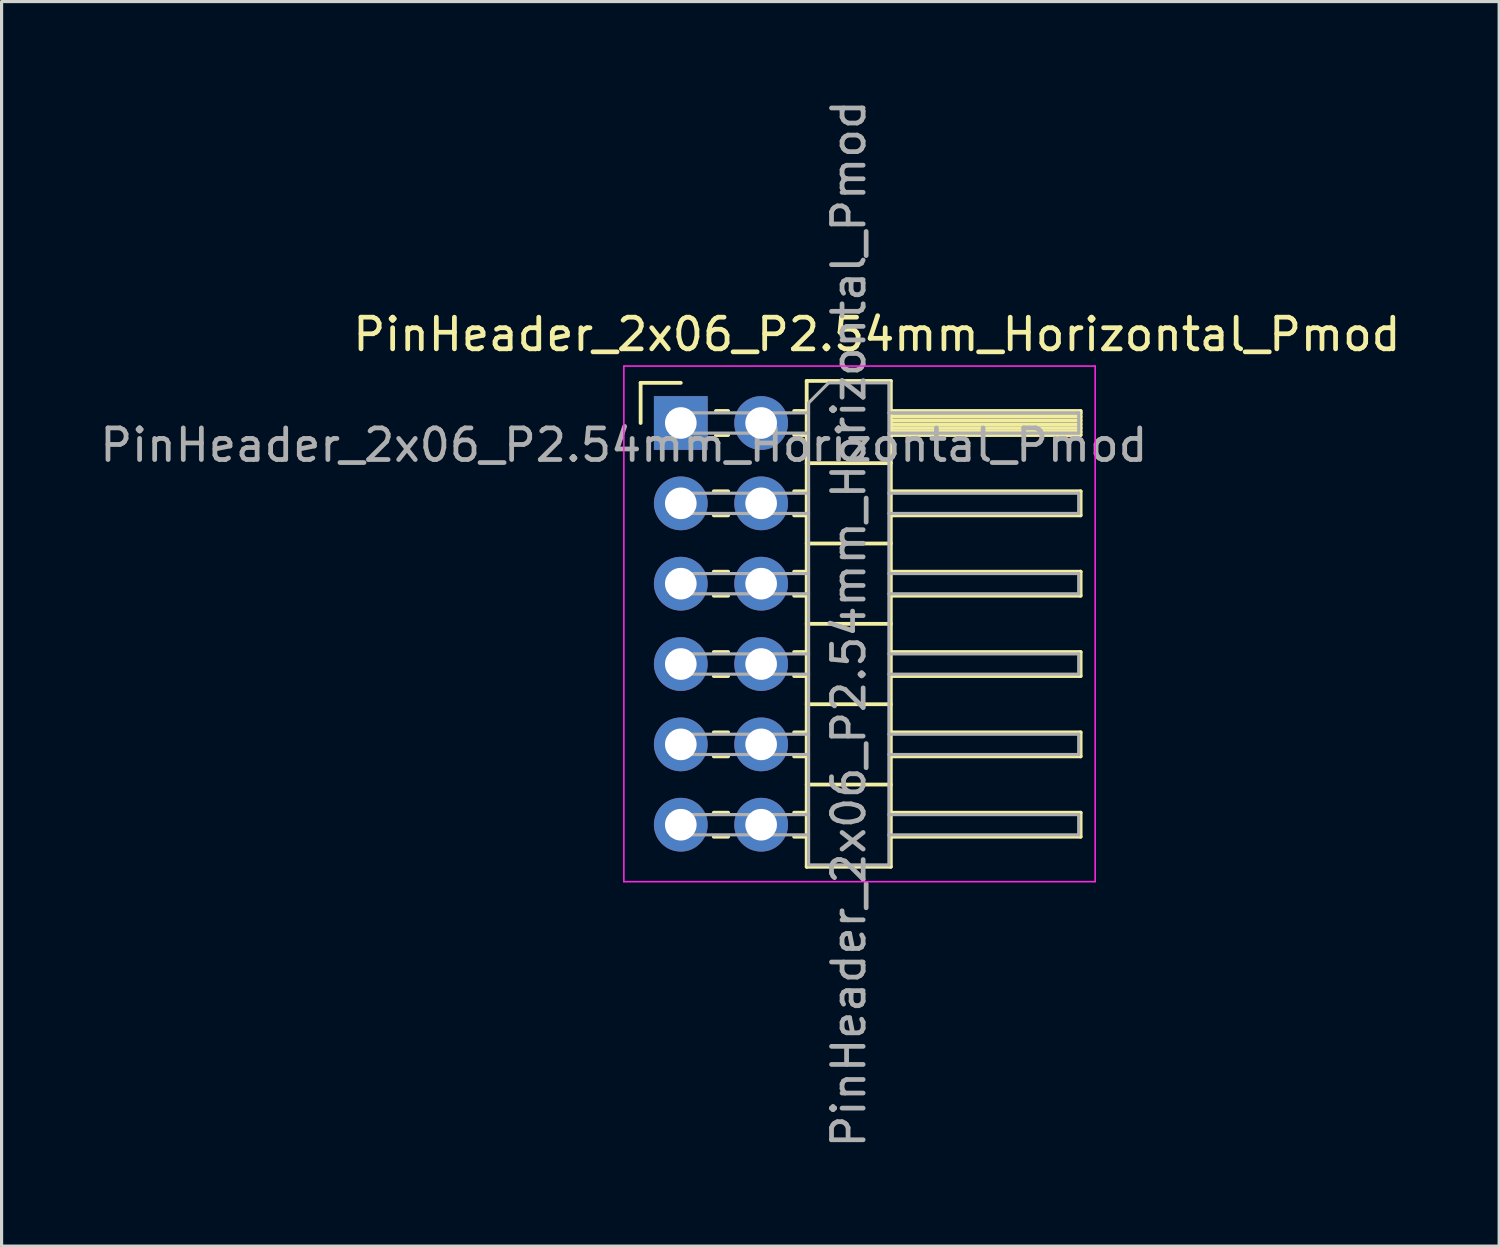
<source format=kicad_pcb>
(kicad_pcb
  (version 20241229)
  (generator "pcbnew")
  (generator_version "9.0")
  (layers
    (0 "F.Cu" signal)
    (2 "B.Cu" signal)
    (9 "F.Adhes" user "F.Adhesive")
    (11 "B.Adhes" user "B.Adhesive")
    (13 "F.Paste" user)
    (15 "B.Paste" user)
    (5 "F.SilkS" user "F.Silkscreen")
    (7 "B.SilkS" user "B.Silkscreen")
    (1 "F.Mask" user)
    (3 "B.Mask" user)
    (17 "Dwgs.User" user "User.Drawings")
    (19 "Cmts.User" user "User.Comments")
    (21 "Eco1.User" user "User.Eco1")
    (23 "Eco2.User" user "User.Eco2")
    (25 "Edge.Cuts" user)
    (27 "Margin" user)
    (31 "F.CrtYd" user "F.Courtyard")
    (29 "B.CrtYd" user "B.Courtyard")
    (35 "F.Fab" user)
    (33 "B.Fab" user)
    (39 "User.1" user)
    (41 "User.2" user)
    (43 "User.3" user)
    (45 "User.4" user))
  (footprint "PinHeader_2x06_P2.54mm_Horizontal_Pmod"
    (layer "F.Cu")
    (at 16.673 8.523)
    (property "Reference" "PinHeader_2x06_P2.54mm_Horizontal_Pmod" (at 8 -1 0) (unlocked yes) (layer "F.SilkS") (effects (font (size 1 1) (thickness 0.15))))
    (attr smd)
    (fp_line (start 0.53 0.53) (end 1.8 0.53) (stroke (width 0.12) (type solid)) (layer "F.SilkS"))
    (fp_line (start 0.53 1.8) (end 0.53 0.53) (stroke (width 0.12) (type solid)) (layer "F.SilkS"))
    (fp_line (start 2.843 3.96) (end 3.297 3.96) (stroke (width 0.12) (type solid)) (layer "F.SilkS"))
    (fp_line (start 2.843 4.72) (end 3.297 4.72) (stroke (width 0.12) (type solid)) (layer "F.SilkS"))
    (fp_line (start 2.843 6.5) (end 3.297 6.5) (stroke (width 0.12) (type solid)) (layer "F.SilkS"))
    (fp_line (start 2.843 7.26) (end 3.297 7.26) (stroke (width 0.12) (type solid)) (layer "F.SilkS"))
    (fp_line (start 2.843 9.04) (end 3.297 9.04) (stroke (width 0.12) (type solid)) (layer "F.SilkS"))
    (fp_line (start 2.843 9.8) (end 3.297 9.8) (stroke (width 0.12) (type solid)) (layer "F.SilkS"))
    (fp_line (start 2.843 11.58) (end 3.297 11.58) (stroke (width 0.12) (type solid)) (layer "F.SilkS"))
    (fp_line (start 2.843 12.34) (end 3.297 12.34) (stroke (width 0.12) (type solid)) (layer "F.SilkS"))
    (fp_line (start 2.843 14.12) (end 3.297 14.12) (stroke (width 0.12) (type solid)) (layer "F.SilkS"))
    (fp_line (start 2.843 14.88) (end 3.297 14.88) (stroke (width 0.12) (type solid)) (layer "F.SilkS"))
    (fp_line (start 2.91 1.42) (end 3.297 1.42) (stroke (width 0.12) (type solid)) (layer "F.SilkS"))
    (fp_line (start 2.91 2.18) (end 3.297 2.18) (stroke (width 0.12) (type solid)) (layer "F.SilkS"))
    (fp_line (start 5.383 1.42) (end 5.78 1.42) (stroke (width 0.12) (type solid)) (layer "F.SilkS"))
    (fp_line (start 5.383 2.18) (end 5.78 2.18) (stroke (width 0.12) (type solid)) (layer "F.SilkS"))
    (fp_line (start 5.383 3.96) (end 5.78 3.96) (stroke (width 0.12) (type solid)) (layer "F.SilkS"))
    (fp_line (start 5.383 4.72) (end 5.78 4.72) (stroke (width 0.12) (type solid)) (layer "F.SilkS"))
    (fp_line (start 5.383 6.5) (end 5.78 6.5) (stroke (width 0.12) (type solid)) (layer "F.SilkS"))
    (fp_line (start 5.383 7.26) (end 5.78 7.26) (stroke (width 0.12) (type solid)) (layer "F.SilkS"))
    (fp_line (start 5.383 9.04) (end 5.78 9.04) (stroke (width 0.12) (type solid)) (layer "F.SilkS"))
    (fp_line (start 5.383 9.8) (end 5.78 9.8) (stroke (width 0.12) (type solid)) (layer "F.SilkS"))
    (fp_line (start 5.383 11.58) (end 5.78 11.58) (stroke (width 0.12) (type solid)) (layer "F.SilkS"))
    (fp_line (start 5.383 12.34) (end 5.78 12.34) (stroke (width 0.12) (type solid)) (layer "F.SilkS"))
    (fp_line (start 5.383 14.12) (end 5.78 14.12) (stroke (width 0.12) (type solid)) (layer "F.SilkS"))
    (fp_line (start 5.383 14.88) (end 5.78 14.88) (stroke (width 0.12) (type solid)) (layer "F.SilkS"))
    (fp_line (start 5.78 0.47) (end 5.78 15.83) (stroke (width 0.12) (type solid)) (layer "F.SilkS"))
    (fp_line (start 5.78 3.07) (end 8.44 3.07) (stroke (width 0.12) (type solid)) (layer "F.SilkS"))
    (fp_line (start 5.78 5.61) (end 8.44 5.61) (stroke (width 0.12) (type solid)) (layer "F.SilkS"))
    (fp_line (start 5.78 8.15) (end 8.44 8.15) (stroke (width 0.12) (type solid)) (layer "F.SilkS"))
    (fp_line (start 5.78 10.69) (end 8.44 10.69) (stroke (width 0.12) (type solid)) (layer "F.SilkS"))
    (fp_line (start 5.78 13.23) (end 8.44 13.23) (stroke (width 0.12) (type solid)) (layer "F.SilkS"))
    (fp_line (start 5.78 15.83) (end 8.44 15.83) (stroke (width 0.12) (type solid)) (layer "F.SilkS"))
    (fp_line (start 8.44 0.47) (end 5.78 0.47) (stroke (width 0.12) (type solid)) (layer "F.SilkS"))
    (fp_line (start 8.44 1.42) (end 14.44 1.42) (stroke (width 0.12) (type solid)) (layer "F.SilkS"))
    (fp_line (start 8.44 1.48) (end 14.44 1.48) (stroke (width 0.12) (type solid)) (layer "F.SilkS"))
    (fp_line (start 8.44 1.6) (end 14.44 1.6) (stroke (width 0.12) (type solid)) (layer "F.SilkS"))
    (fp_line (start 8.44 1.72) (end 14.44 1.72) (stroke (width 0.12) (type solid)) (layer "F.SilkS"))
    (fp_line (start 8.44 1.84) (end 14.44 1.84) (stroke (width 0.12) (type solid)) (layer "F.SilkS"))
    (fp_line (start 8.44 1.96) (end 14.44 1.96) (stroke (width 0.12) (type solid)) (layer "F.SilkS"))
    (fp_line (start 8.44 2.08) (end 14.44 2.08) (stroke (width 0.12) (type solid)) (layer "F.SilkS"))
    (fp_line (start 8.44 3.96) (end 14.44 3.96) (stroke (width 0.12) (type solid)) (layer "F.SilkS"))
    (fp_line (start 8.44 6.5) (end 14.44 6.5) (stroke (width 0.12) (type solid)) (layer "F.SilkS"))
    (fp_line (start 8.44 9.04) (end 14.44 9.04) (stroke (width 0.12) (type solid)) (layer "F.SilkS"))
    (fp_line (start 8.44 11.58) (end 14.44 11.58) (stroke (width 0.12) (type solid)) (layer "F.SilkS"))
    (fp_line (start 8.44 14.12) (end 14.44 14.12) (stroke (width 0.12) (type solid)) (layer "F.SilkS"))
    (fp_line (start 8.44 15.83) (end 8.44 0.47) (stroke (width 0.12) (type solid)) (layer "F.SilkS"))
    (fp_line (start 14.44 1.42) (end 14.44 2.18) (stroke (width 0.12) (type solid)) (layer "F.SilkS"))
    (fp_line (start 14.44 2.18) (end 8.44 2.18) (stroke (width 0.12) (type solid)) (layer "F.SilkS"))
    (fp_line (start 14.44 3.96) (end 14.44 4.72) (stroke (width 0.12) (type solid)) (layer "F.SilkS"))
    (fp_line (start 14.44 4.72) (end 8.44 4.72) (stroke (width 0.12) (type solid)) (layer "F.SilkS"))
    (fp_line (start 14.44 6.5) (end 14.44 7.26) (stroke (width 0.12) (type solid)) (layer "F.SilkS"))
    (fp_line (start 14.44 7.26) (end 8.44 7.26) (stroke (width 0.12) (type solid)) (layer "F.SilkS"))
    (fp_line (start 14.44 9.04) (end 14.44 9.8) (stroke (width 0.12) (type solid)) (layer "F.SilkS"))
    (fp_line (start 14.44 9.8) (end 8.44 9.8) (stroke (width 0.12) (type solid)) (layer "F.SilkS"))
    (fp_line (start 14.44 11.58) (end 14.44 12.34) (stroke (width 0.12) (type solid)) (layer "F.SilkS"))
    (fp_line (start 14.44 12.34) (end 8.44 12.34) (stroke (width 0.12) (type solid)) (layer "F.SilkS"))
    (fp_line (start 14.44 14.12) (end 14.44 14.88) (stroke (width 0.12) (type solid)) (layer "F.SilkS"))
    (fp_line (start 14.44 14.88) (end 8.44 14.88) (stroke (width 0.12) (type solid)) (layer "F.SilkS"))
    (fp_line (start 0 0) (end 0 16.3) (stroke (width 0.05) (type solid)) (layer "F.CrtYd"))
    (fp_line (start 0 16.3) (end 14.9 16.3) (stroke (width 0.05) (type solid)) (layer "F.CrtYd"))
    (fp_line (start 14.9 0) (end 0 0) (stroke (width 0.05) (type solid)) (layer "F.CrtYd"))
    (fp_line (start 14.9 16.3) (end 14.9 0) (stroke (width 0.05) (type solid)) (layer "F.CrtYd"))
    (fp_line (start 1.48 1.48) (end 1.48 2.12) (stroke (width 0.1) (type solid)) (layer "F.Fab"))
    (fp_line (start 1.48 1.48) (end 5.84 1.48) (stroke (width 0.1) (type solid)) (layer "F.Fab"))
    (fp_line (start 1.48 2.12) (end 5.84 2.12) (stroke (width 0.1) (type solid)) (layer "F.Fab"))
    (fp_line (start 1.48 4.02) (end 1.48 4.66) (stroke (width 0.1) (type solid)) (layer "F.Fab"))
    (fp_line (start 1.48 4.02) (end 5.84 4.02) (stroke (width 0.1) (type solid)) (layer "F.Fab"))
    (fp_line (start 1.48 4.66) (end 5.84 4.66) (stroke (width 0.1) (type solid)) (layer "F.Fab"))
    (fp_line (start 1.48 6.56) (end 1.48 7.2) (stroke (width 0.1) (type solid)) (layer "F.Fab"))
    (fp_line (start 1.48 6.56) (end 5.84 6.56) (stroke (width 0.1) (type solid)) (layer "F.Fab"))
    (fp_line (start 1.48 7.2) (end 5.84 7.2) (stroke (width 0.1) (type solid)) (layer "F.Fab"))
    (fp_line (start 1.48 9.1) (end 1.48 9.74) (stroke (width 0.1) (type solid)) (layer "F.Fab"))
    (fp_line (start 1.48 9.1) (end 5.84 9.1) (stroke (width 0.1) (type solid)) (layer "F.Fab"))
    (fp_line (start 1.48 9.74) (end 5.84 9.74) (stroke (width 0.1) (type solid)) (layer "F.Fab"))
    (fp_line (start 1.48 11.64) (end 1.48 12.28) (stroke (width 0.1) (type solid)) (layer "F.Fab"))
    (fp_line (start 1.48 11.64) (end 5.84 11.64) (stroke (width 0.1) (type solid)) (layer "F.Fab"))
    (fp_line (start 1.48 12.28) (end 5.84 12.28) (stroke (width 0.1) (type solid)) (layer "F.Fab"))
    (fp_line (start 1.48 14.18) (end 1.48 14.82) (stroke (width 0.1) (type solid)) (layer "F.Fab"))
    (fp_line (start 1.48 14.18) (end 5.84 14.18) (stroke (width 0.1) (type solid)) (layer "F.Fab"))
    (fp_line (start 1.48 14.82) (end 5.84 14.82) (stroke (width 0.1) (type solid)) (layer "F.Fab"))
    (fp_line (start 5.84 1.165) (end 6.475 0.53) (stroke (width 0.1) (type solid)) (layer "F.Fab"))
    (fp_line (start 5.84 15.77) (end 5.84 1.165) (stroke (width 0.1) (type solid)) (layer "F.Fab"))
    (fp_line (start 6.475 0.53) (end 8.38 0.53) (stroke (width 0.1) (type solid)) (layer "F.Fab"))
    (fp_line (start 8.38 0.53) (end 8.38 15.77) (stroke (width 0.1) (type solid)) (layer "F.Fab"))
    (fp_line (start 8.38 1.48) (end 14.38 1.48) (stroke (width 0.1) (type solid)) (layer "F.Fab"))
    (fp_line (start 8.38 2.12) (end 14.38 2.12) (stroke (width 0.1) (type solid)) (layer "F.Fab"))
    (fp_line (start 8.38 4.02) (end 14.38 4.02) (stroke (width 0.1) (type solid)) (layer "F.Fab"))
    (fp_line (start 8.38 4.66) (end 14.38 4.66) (stroke (width 0.1) (type solid)) (layer "F.Fab"))
    (fp_line (start 8.38 6.56) (end 14.38 6.56) (stroke (width 0.1) (type solid)) (layer "F.Fab"))
    (fp_line (start 8.38 7.2) (end 14.38 7.2) (stroke (width 0.1) (type solid)) (layer "F.Fab"))
    (fp_line (start 8.38 9.1) (end 14.38 9.1) (stroke (width 0.1) (type solid)) (layer "F.Fab"))
    (fp_line (start 8.38 9.74) (end 14.38 9.74) (stroke (width 0.1) (type solid)) (layer "F.Fab"))
    (fp_line (start 8.38 11.64) (end 14.38 11.64) (stroke (width 0.1) (type solid)) (layer "F.Fab"))
    (fp_line (start 8.38 12.28) (end 14.38 12.28) (stroke (width 0.1) (type solid)) (layer "F.Fab"))
    (fp_line (start 8.38 14.18) (end 14.38 14.18) (stroke (width 0.1) (type solid)) (layer "F.Fab"))
    (fp_line (start 8.38 14.82) (end 14.38 14.82) (stroke (width 0.1) (type solid)) (layer "F.Fab"))
    (fp_line (start 8.38 15.77) (end 5.84 15.77) (stroke (width 0.1) (type solid)) (layer "F.Fab"))
    (fp_line (start 14.38 1.48) (end 14.38 2.12) (stroke (width 0.1) (type solid)) (layer "F.Fab"))
    (fp_line (start 14.38 4.02) (end 14.38 4.66) (stroke (width 0.1) (type solid)) (layer "F.Fab"))
    (fp_line (start 14.38 6.56) (end 14.38 7.2) (stroke (width 0.1) (type solid)) (layer "F.Fab"))
    (fp_line (start 14.38 9.1) (end 14.38 9.74) (stroke (width 0.1) (type solid)) (layer "F.Fab"))
    (fp_line (start 14.38 11.64) (end 14.38 12.28) (stroke (width 0.1) (type solid)) (layer "F.Fab"))
    (fp_line (start 14.38 14.18) (end 14.38 14.82) (stroke (width 0.1) (type solid)) (layer "F.Fab"))
    (fp_text user "${REFERENCE}" (at 0 2.5 0) (unlocked yes) (layer "F.Fab") (effects (font (size 1 1) (thickness 0.15))))
    (fp_text user "${REFERENCE}" (at 7.11 8.15 90) (layer "F.Fab") (effects (font (size 1 1) (thickness 0.15))))
    (pad "1" thru_hole oval (at 1.8 14.5) (size 1.7 1.7) (drill 1) (layers "*.Cu" "*.Mask"))
    (pad "2" thru_hole oval (at 1.8 11.96) (size 1.7 1.7) (drill 1) (layers "*.Cu" "*.Mask"))
    (pad "3" thru_hole oval (at 1.8 9.42) (size 1.7 1.7) (drill 1) (layers "*.Cu" "*.Mask"))
    (pad "4" thru_hole oval (at 1.8 6.88) (size 1.7 1.7) (drill 1) (layers "*.Cu" "*.Mask"))
    (pad "5" thru_hole oval (at 1.8 4.34) (size 1.7 1.7) (drill 1) (layers "*.Cu" "*.Mask"))
    (pad "6" thru_hole rect (at 1.8 1.8) (size 1.7 1.7) (drill 1) (layers "*.Cu" "*.Mask"))
    (pad "7" thru_hole oval (at 4.34 14.5) (size 1.7 1.7) (drill 1) (layers "*.Cu" "*.Mask"))
    (pad "8" thru_hole oval (at 4.34 11.96) (size 1.7 1.7) (drill 1) (layers "*.Cu" "*.Mask"))
    (pad "9" thru_hole oval (at 4.34 9.42) (size 1.7 1.7) (drill 1) (layers "*.Cu" "*.Mask"))
    (pad "10" thru_hole oval (at 4.34 6.88) (size 1.7 1.7) (drill 1) (layers "*.Cu" "*.Mask"))
    (pad "11" thru_hole oval (at 4.34 4.34) (size 1.7 1.7) (drill 1) (layers "*.Cu" "*.Mask"))
    (pad "12" thru_hole oval (at 4.34 1.8) (size 1.7 1.7) (drill 1) (layers "*.Cu" "*.Mask")))
  (gr_rect
    (start -3 -3)
    (end 44.345 36.345)
    (stroke (width 0.1) (type default))
    (fill no)
    (layer "Edge.Cuts")))
</source>
